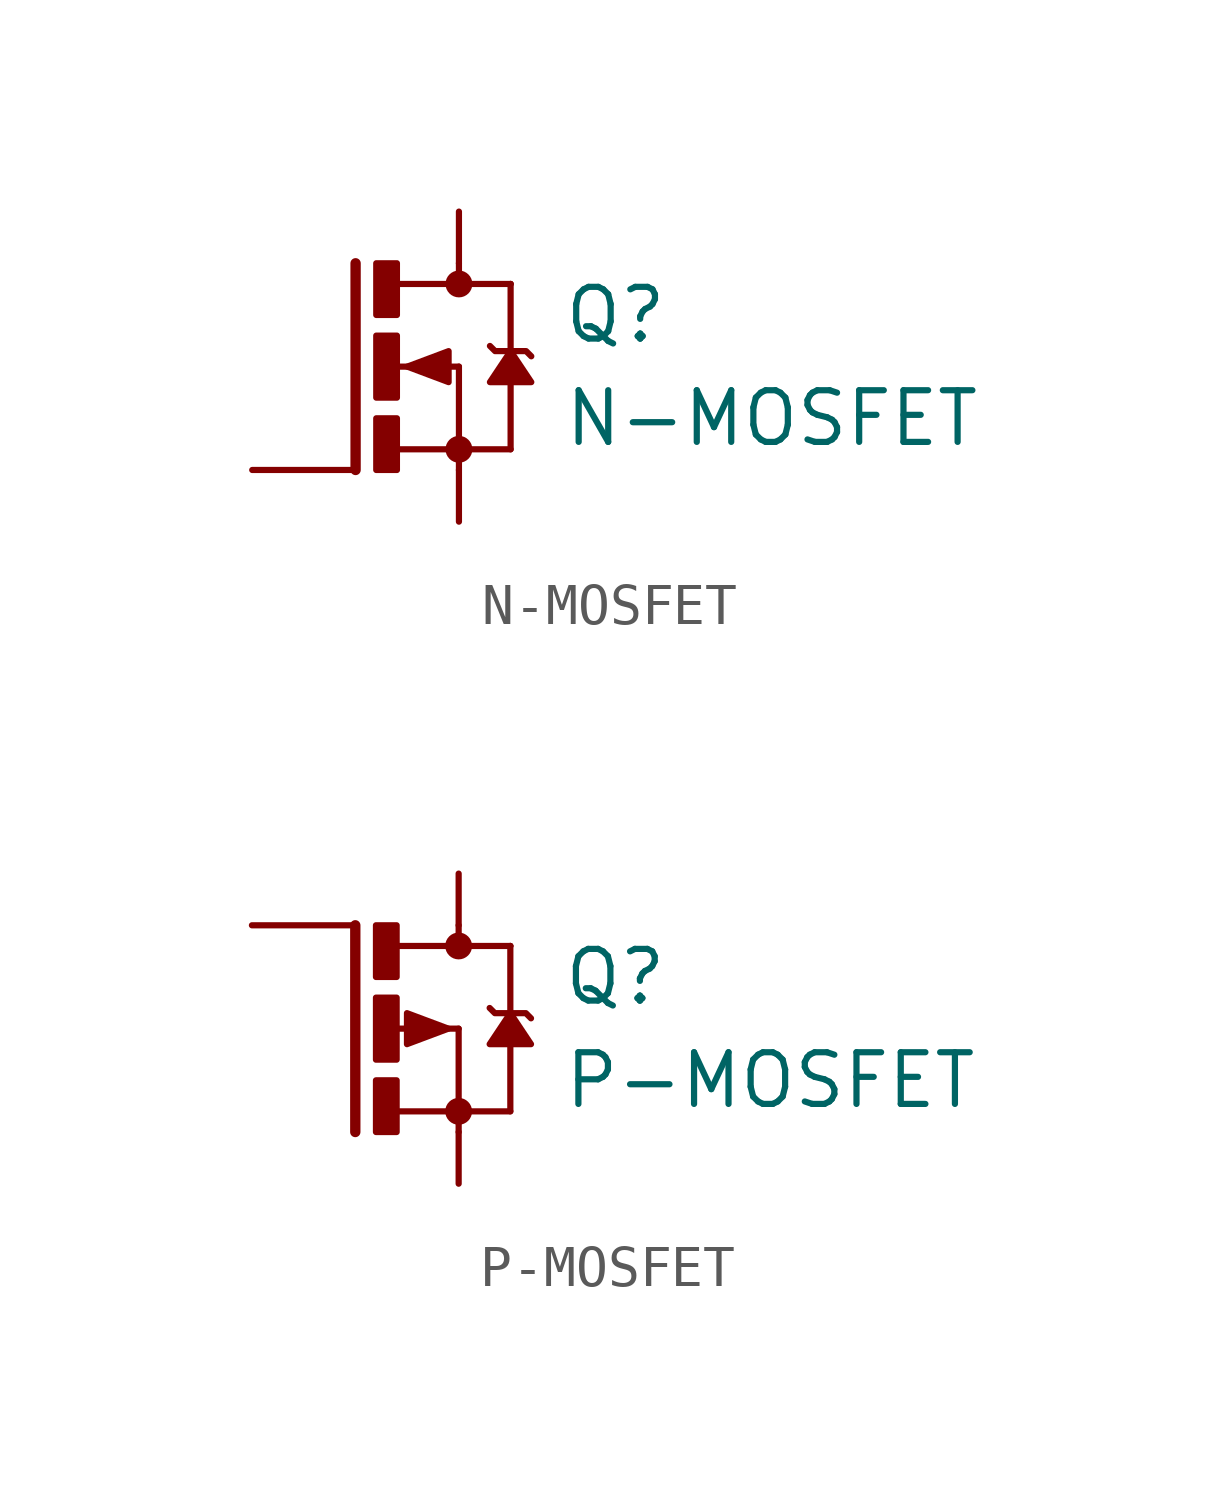
<source format=kicad_sym>
(kicad_symbol_lib
  (version 20231120)
  (generator "kicad_symbol_editor")
  (generator_version "8.0")
  (symbol "N-MOSFET"
    (pin_numbers hide)
    (pin_names hide)
    (property "Reference" "Q"
      (at 2.54 1.27 0)
      (effects (font (size 1.27 1.27)) (justify left)))
    (property "Value" "N-MOSFET"
      (at 2.54 -1.27 0)
      (effects (font (size 1.27 1.27)) (justify left)))
    (symbol "N-MOSFET_0_1"
      (rectangle (start -2.032 0.762) (end -1.524 -0.762) (stroke (width 0) (type default)) (fill (type outline)))
      (rectangle (start -1.524 -1.27) (end -2.032 -2.54) (stroke (width 0) (type default)) (fill (type outline)))
      (rectangle (start -1.524 2.54) (end -2.032 1.27) (stroke (width 0) (type default)) (fill (type outline)))
      (circle (center 0 -2.032) (radius 0.254) (stroke (width 0) (type default)) (fill (type outline)))
      (polyline (pts (xy -2.54 -2.54) (xy -2.54 2.54)) (stroke (width 0.254) (type default)) (fill (type none)))
      (polyline (pts (xy -1.524 0) (xy 0 0)) (stroke (width 0) (type default)) (fill (type none)))
      (polyline (pts (xy 0 -2.032) (xy -1.778 -2.032)) (stroke (width 0) (type default)) (fill (type none)))
      (polyline (pts (xy 0 -2.032) (xy 1.27 -2.032)) (stroke (width 0) (type default)) (fill (type none)))
      (polyline (pts (xy 0 0) (xy 0 -2.54)) (stroke (width 0) (type default)) (fill (type none)))
      (polyline (pts (xy 0 2.032) (xy 1.27 2.032)) (stroke (width 0) (type default)) (fill (type none)))
      (polyline (pts (xy 1.27 2.032) (xy 1.27 -2.032)) (stroke (width 0) (type default)) (fill (type none)))
      (polyline (pts (xy 1.27 2.032) (xy 1.27 2.032)) (stroke (width 0) (type default)) (fill (type none)))
      (polyline (pts (xy -1.524 2.032) (xy 0 2.032) (xy 0 2.54)) (stroke (width 0) (type default)) (fill (type none)))
      (polyline (pts (xy -1.27 0) (xy -0.254 0.381) (xy -0.254 -0.381) (xy -1.27 0)) (stroke (width 0) (type default)) (fill (type outline)))
      (polyline (pts (xy 0.762 0.508) (xy 0.889 0.381) (xy 1.651 0.381) (xy 1.778 0.254)) (stroke (width 0) (type default)) (fill (type none)))
      (polyline (pts (xy 1.27 0.381) (xy 0.762 -0.381) (xy 1.778 -0.381) (xy 1.27 0.381)) (stroke (width 0) (type default)) (fill (type outline)))
      (circle (center 0 2.032) (radius 0.254) (stroke (width 0) (type default)) (fill (type outline))))
    (symbol "N-MOSFET_1_1"
      (pin passive line (at -5.08 -2.54 0) (length 2.54) (name "G" (effects (font (size 1.27 1.27)))) (number "1" (effects (font (size 1.27 1.27)))))
      (pin passive line (at 0 -3.81 90) (length 1.27) (name "S" (effects (font (size 1.27 1.27)))) (number "2" (effects (font (size 1.27 1.27)))))
      (pin passive line (at 0 3.81 270) (length 1.27) (name "D" (effects (font (size 1.27 1.27)))) (number "3" (effects (font (size 1.27 1.27)))))))
  (symbol "P-MOSFET"
    (pin_numbers hide)
    (pin_names hide)
    (property "Reference" "Q"
      (at 2.54 1.27 0)
      (effects (font (size 1.27 1.27)) (justify left)))
    (property "Value" "P-MOSFET"
      (at 2.54 -1.27 0)
      (effects (font (size 1.27 1.27)) (justify left)))
    (symbol "P-MOSFET_0_1"
      (rectangle (start -2.032 0.762) (end -1.524 -0.762) (stroke (width 0) (type default)) (fill (type outline)))
      (rectangle (start -1.524 -1.27) (end -2.032 -2.54) (stroke (width 0) (type default)) (fill (type outline)))
      (rectangle (start -1.524 2.54) (end -2.032 1.27) (stroke (width 0) (type default)) (fill (type outline)))
      (circle (center 0 -2.032) (radius 0.254) (stroke (width 0) (type default)) (fill (type outline)))
      (polyline (pts (xy -2.54 -2.54) (xy -2.54 2.54)) (stroke (width 0.254) (type default)) (fill (type none)))
      (polyline (pts (xy -1.524 0) (xy 0 0)) (stroke (width 0) (type default)) (fill (type none)))
      (polyline (pts (xy 0 -2.032) (xy -1.778 -2.032)) (stroke (width 0) (type default)) (fill (type none)))
      (polyline (pts (xy 0 -2.032) (xy 1.27 -2.032)) (stroke (width 0) (type default)) (fill (type none)))
      (polyline (pts (xy 0 0) (xy 0 -2.54)) (stroke (width 0) (type default)) (fill (type none)))
      (polyline (pts (xy 0 2.032) (xy 1.27 2.032)) (stroke (width 0) (type default)) (fill (type none)))
      (polyline (pts (xy 1.27 2.032) (xy 1.27 -2.032)) (stroke (width 0) (type default)) (fill (type none)))
      (polyline (pts (xy 1.27 2.032) (xy 1.27 2.032)) (stroke (width 0) (type default)) (fill (type none)))
      (polyline (pts (xy -1.524 2.032) (xy 0 2.032) (xy 0 2.54)) (stroke (width 0) (type default)) (fill (type none)))
      (polyline (pts (xy -0.254 0) (xy -1.27 0.381) (xy -1.27 -0.381) (xy -0.254 0)) (stroke (width 0) (type default)) (fill (type outline)))
      (polyline (pts (xy 0.762 0.508) (xy 0.889 0.381) (xy 1.651 0.381) (xy 1.778 0.254)) (stroke (width 0) (type default)) (fill (type none)))
      (polyline (pts (xy 1.27 0.381) (xy 0.762 -0.381) (xy 1.778 -0.381) (xy 1.27 0.381)) (stroke (width 0) (type default)) (fill (type outline)))
      (circle (center 0 2.032) (radius 0.254) (stroke (width 0) (type default)) (fill (type outline))))
    (symbol "P-MOSFET_1_1"
      (pin passive line (at -5.08 2.54 0) (length 2.54) (name "G" (effects (font (size 1.27 1.27)))) (number "1" (effects (font (size 1.27 1.27)))))
      (pin passive line (at 0 3.81 270) (length 1.27) (name "S" (effects (font (size 1.27 1.27)))) (number "2" (effects (font (size 1.27 1.27)))))
      (pin passive line (at 0 -3.81 90) (length 1.27) (name "D" (effects (font (size 1.27 1.27)))) (number "3" (effects (font (size 1.27 1.27))))))))
</source>
